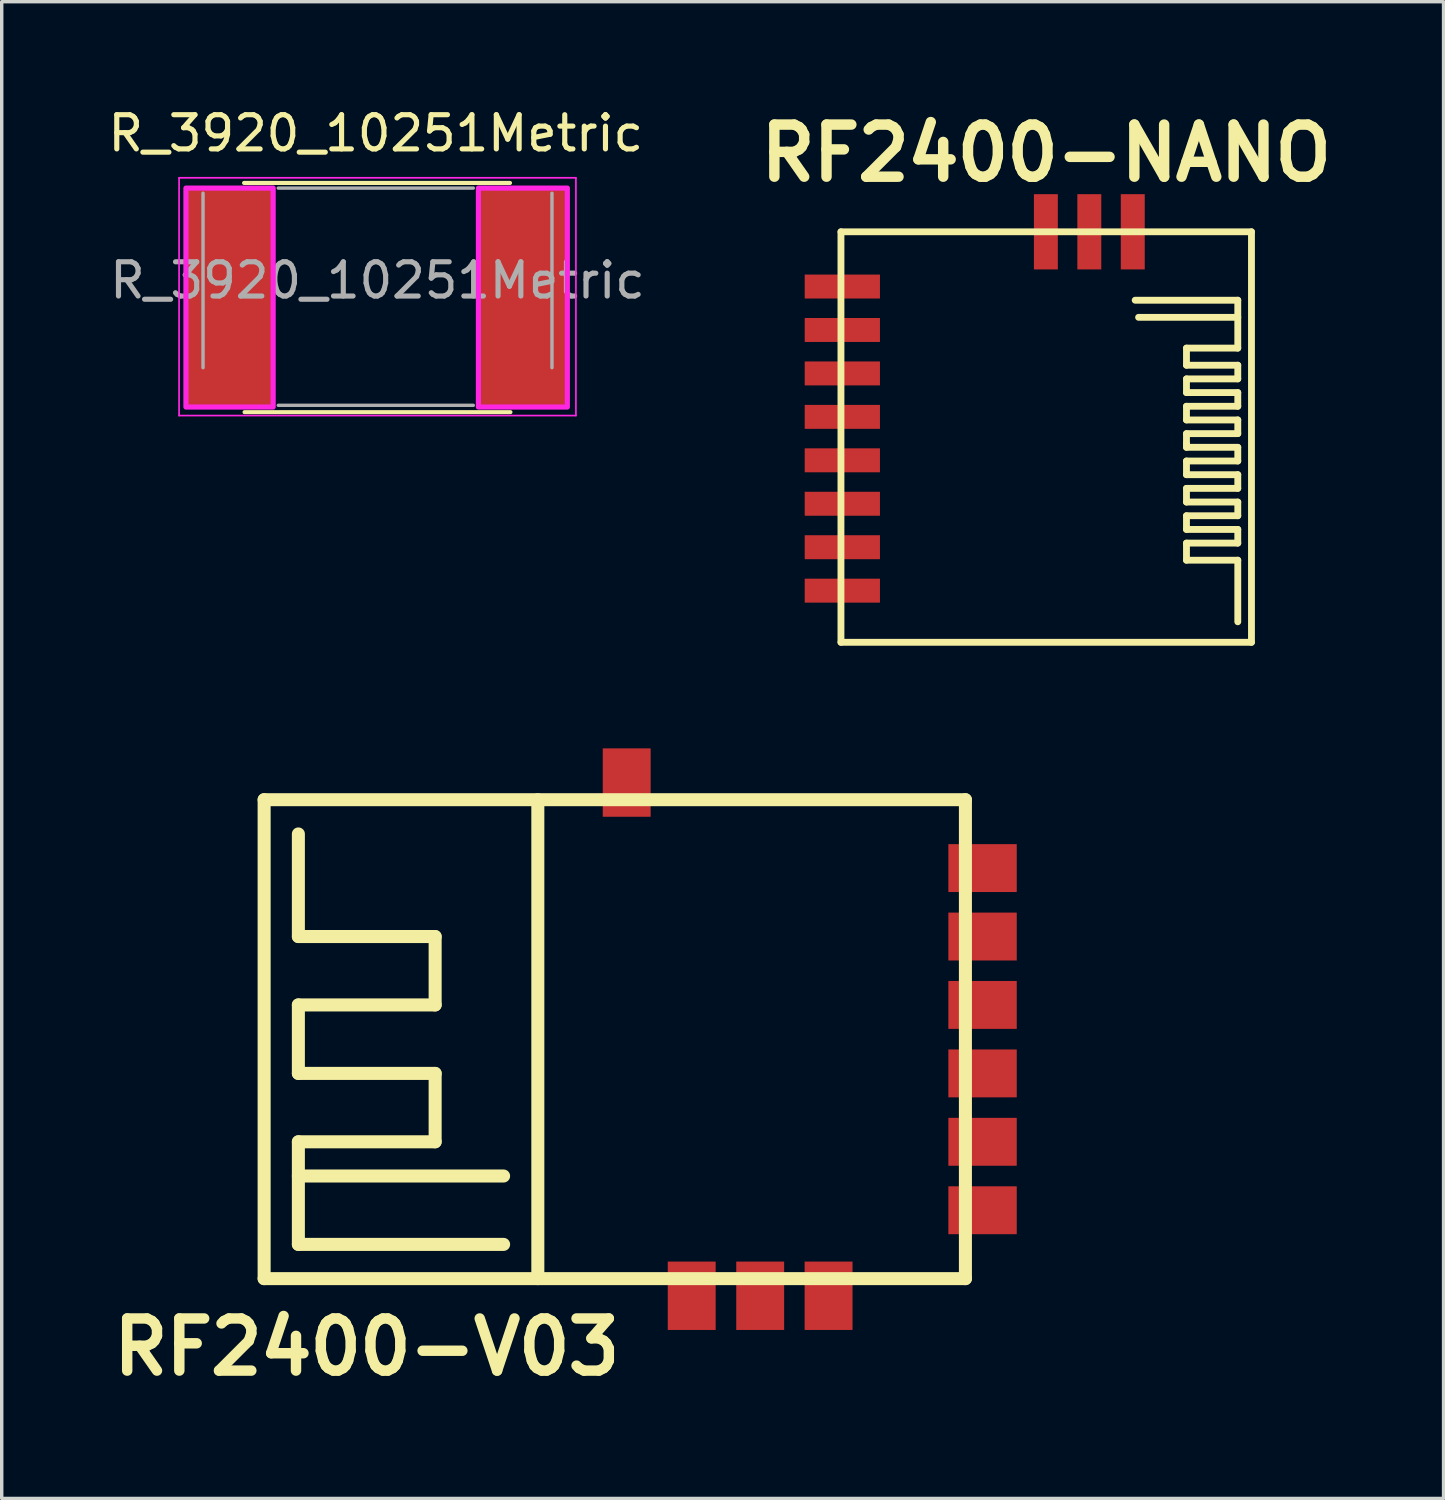
<source format=kicad_pcb>
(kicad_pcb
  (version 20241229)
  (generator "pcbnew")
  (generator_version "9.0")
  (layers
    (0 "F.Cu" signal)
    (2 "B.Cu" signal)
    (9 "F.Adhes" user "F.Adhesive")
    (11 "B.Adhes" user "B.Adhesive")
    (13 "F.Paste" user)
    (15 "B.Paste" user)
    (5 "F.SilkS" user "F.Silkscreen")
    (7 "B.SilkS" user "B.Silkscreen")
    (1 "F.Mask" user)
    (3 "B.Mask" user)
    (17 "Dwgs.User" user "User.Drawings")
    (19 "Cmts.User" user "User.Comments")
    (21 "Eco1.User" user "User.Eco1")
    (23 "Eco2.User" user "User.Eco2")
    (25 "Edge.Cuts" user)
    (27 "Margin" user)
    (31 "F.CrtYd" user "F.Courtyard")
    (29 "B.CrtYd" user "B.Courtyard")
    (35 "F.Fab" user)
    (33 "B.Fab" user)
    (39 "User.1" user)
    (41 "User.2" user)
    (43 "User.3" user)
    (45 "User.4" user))
  (footprint "R_3920_10251Metric"
    (layer "F.Cu")
    (at 7.985 5.148)
    (property "Reference" "R_3920_10251Metric" (at -0.05 -4.3 0) (layer "F.SilkS") (effects (font (size 1 1) (thickness 0.15))))
    (attr smd)
    (fp_poly (pts (xy -5.55 2.4) (xy -5.55 3.65) (xy -3.1 3.65) (xy -3.1 -2.65) (xy -5.55 -2.65)) (stroke (width 0.15) (type solid)) (fill yes) (layer "F.Cu"))
    (fp_poly (pts (xy 3 2.4) (xy 3 3.65) (xy 5.5 3.65) (xy 5.5 -2.65) (xy 3 -2.65)) (stroke (width 0.15) (type solid)) (fill yes) (layer "F.Cu"))
    (fp_poly (pts (xy -5.6 -2.7) (xy -5.6 3.7) (xy -3.05 3.7) (xy -3.05 -2.7)) (stroke (width 0.15) (type solid)) (fill yes) (layer "F.Mask"))
    (fp_poly (pts (xy 2.95 -2.7) (xy 2.95 3.7) (xy 5.55 3.7) (xy 5.55 -2.7)) (stroke (width 0.15) (type solid)) (fill yes) (layer "F.Mask"))
    (fp_line (start -3.9 -2.85) (end 3.873 -2.85) (stroke (width 0.12) (type solid)) (layer "F.SilkS"))
    (fp_line (start -3.886 3.85) (end 3.886 3.85) (stroke (width 0.12) (type solid)) (layer "F.SilkS"))
    (fp_line (start -5.8 -3) (end 5.8 -3) (stroke (width 0.05) (type solid)) (layer "F.CrtYd"))
    (fp_line (start -5.8 3.95) (end -5.8 -3) (stroke (width 0.05) (type solid)) (layer "F.CrtYd"))
    (fp_line (start 5.8 -3) (end 5.8 3.95) (stroke (width 0.05) (type solid)) (layer "F.CrtYd"))
    (fp_line (start 5.8 3.95) (end -5.8 3.95) (stroke (width 0.05) (type solid)) (layer "F.CrtYd"))
    (fp_poly (pts (xy -5.6 -2.7) (xy -5.6 3.7) (xy -3.05 3.7) (xy -3.05 -2.7)) (stroke (width 0.15) (type solid)) (fill no) (layer "F.CrtYd"))
    (fp_poly (pts (xy 2.95 -2.7) (xy 2.95 3.7) (xy 5.55 3.7) (xy 5.55 -2.7)) (stroke (width 0.15) (type solid)) (fill no) (layer "F.CrtYd"))
    (fp_line (start -5.1 2.55) (end -5.1 -2.55) (stroke (width 0.1) (type solid)) (layer "F.Fab"))
    (fp_line (start -2.9 -2.7) (end 2.8 -2.7) (stroke (width 0.1) (type solid)) (layer "F.Fab"))
    (fp_line (start 2.8 3.65) (end -2.9 3.65) (stroke (width 0.1) (type solid)) (layer "F.Fab"))
    (fp_line (start 5.1 -2.55) (end 5.1 2.55) (stroke (width 0.1) (type solid)) (layer "F.Fab"))
    (fp_text user "${REFERENCE}" (at 0 0 0) (layer "F.Fab") (effects (font (size 1 1) (thickness 0.15))))
    (pad "1" smd roundrect (at -4.75 0.4) (size 1.475 5.3) (layers "F.Cu" "F.Mask" "F.Paste") (roundrect_rratio 0.169))
    (pad "2" smd roundrect (at 4.8 0.35) (size 1.475 5.3) (layers "F.Cu" "F.Mask" "F.Paste") (roundrect_rratio 0.169)))
  (footprint "RF2400-V03"
    (layer "F.Cu")
    (at 14.671 27.327)
    (property "Reference" "RF2400-V03" (at -7 8.999 0) (layer "F.SilkS") (effects (font (size 1.524 1.524) (thickness 0.305))))
    (attr through_hole)
    (fp_line (start -10 -7) (end -10 7) (stroke (width 0.381) (type solid)) (layer "F.SilkS"))
    (fp_line (start -10 7) (end 10.5 7) (stroke (width 0.381) (type solid)) (layer "F.SilkS"))
    (fp_line (start -8.999 -3) (end -8.999 -5.999) (stroke (width 0.381) (type solid)) (layer "F.SilkS"))
    (fp_line (start -8.999 -1.001) (end -5.001 -1.001) (stroke (width 0.381) (type solid)) (layer "F.SilkS"))
    (fp_line (start -8.999 1.001) (end -8.999 -1.001) (stroke (width 0.381) (type solid)) (layer "F.SilkS"))
    (fp_line (start -8.999 3) (end -5.001 3) (stroke (width 0.381) (type solid)) (layer "F.SilkS"))
    (fp_line (start -8.999 4) (end -3 4) (stroke (width 0.381) (type solid)) (layer "F.SilkS"))
    (fp_line (start -8.999 5.999) (end -8.999 3) (stroke (width 0.381) (type solid)) (layer "F.SilkS"))
    (fp_line (start -5.001 -3) (end -8.999 -3) (stroke (width 0.381) (type solid)) (layer "F.SilkS"))
    (fp_line (start -5.001 -1.001) (end -5.001 -3) (stroke (width 0.381) (type solid)) (layer "F.SilkS"))
    (fp_line (start -5.001 1.001) (end -8.999 1.001) (stroke (width 0.381) (type solid)) (layer "F.SilkS"))
    (fp_line (start -5.001 3) (end -5.001 1.001) (stroke (width 0.381) (type solid)) (layer "F.SilkS"))
    (fp_line (start -3 5.999) (end -8.999 5.999) (stroke (width 0.381) (type solid)) (layer "F.SilkS"))
    (fp_line (start -1.999 7) (end -1.999 -7) (stroke (width 0.381) (type solid)) (layer "F.SilkS"))
    (fp_line (start 10.5 -7) (end -10 -7) (stroke (width 0.381) (type solid)) (layer "F.SilkS"))
    (fp_line (start 10.5 7) (end 10.5 -7) (stroke (width 0.381) (type solid)) (layer "F.SilkS"))
    (pad "1" smd rect (at 11.001 -5.001 90) (size 1.4 1.999) (layers "F.Cu" "F.Mask" "F.Paste"))
    (pad "2" smd rect (at 11.001 -3 90) (size 1.4 1.999) (layers "F.Cu" "F.Mask" "F.Paste"))
    (pad "3" smd rect (at 11.001 -1.001 90) (size 1.4 1.999) (layers "F.Cu" "F.Mask" "F.Paste"))
    (pad "4" smd rect (at 11.001 1.001 90) (size 1.4 1.999) (layers "F.Cu" "F.Mask" "F.Paste"))
    (pad "5" smd rect (at 11.001 3 90) (size 1.4 1.999) (layers "F.Cu" "F.Mask" "F.Paste"))
    (pad "6" smd rect (at 11.001 5.001 90) (size 1.4 1.999) (layers "F.Cu" "F.Mask" "F.Paste"))
    (pad "7" smd rect (at 6.5 7.501) (size 1.4 1.999) (layers "F.Cu" "F.Mask" "F.Paste"))
    (pad "8" smd rect (at 4.501 7.501) (size 1.4 1.999) (layers "F.Cu" "F.Mask" "F.Paste"))
    (pad "9" smd rect (at 2.499 7.501) (size 1.4 1.999) (layers "F.Cu" "F.Mask" "F.Paste"))
    (pad "10" smd rect (at 0.599 -7.501) (size 1.4 1.999) (layers "F.Cu" "F.Mask" "F.Paste")))
  (footprint "RF2400-NANO"
    (layer "F.Cu")
    (at 27.533 9.726)
    (property "Reference" "RF2400-NANO" (at 0 -8.3 0) (layer "F.SilkS") (effects (font (size 1.524 1.524) (thickness 0.305))))
    (attr through_hole)
    (fp_line (start -6 -6) (end 6 -6) (stroke (width 0.2) (type solid)) (layer "F.SilkS"))
    (fp_line (start -6 6) (end -6 -6) (stroke (width 0.2) (type solid)) (layer "F.SilkS"))
    (fp_line (start 2.6 -4) (end 5.6 -4) (stroke (width 0.2) (type solid)) (layer "F.SilkS"))
    (fp_line (start 4.1 -2.6) (end 4.1 -2.1) (stroke (width 0.2) (type solid)) (layer "F.SilkS"))
    (fp_line (start 4.1 -2.1) (end 5.6 -2.1) (stroke (width 0.2) (type solid)) (layer "F.SilkS"))
    (fp_line (start 4.1 -1.7) (end 4.1 -1.3) (stroke (width 0.2) (type solid)) (layer "F.SilkS"))
    (fp_line (start 4.1 -1.3) (end 5.6 -1.3) (stroke (width 0.2) (type solid)) (layer "F.SilkS"))
    (fp_line (start 4.1 -0.9) (end 4.1 -0.5) (stroke (width 0.2) (type solid)) (layer "F.SilkS"))
    (fp_line (start 4.1 -0.5) (end 5.6 -0.5) (stroke (width 0.2) (type solid)) (layer "F.SilkS"))
    (fp_line (start 4.1 -0.1) (end 4.1 0.2) (stroke (width 0.2) (type solid)) (layer "F.SilkS"))
    (fp_line (start 4.1 0.2) (end 4.1 0.3) (stroke (width 0.2) (type solid)) (layer "F.SilkS"))
    (fp_line (start 4.1 0.3) (end 5.6 0.3) (stroke (width 0.2) (type solid)) (layer "F.SilkS"))
    (fp_line (start 4.1 0.7) (end 4.1 1.1) (stroke (width 0.2) (type solid)) (layer "F.SilkS"))
    (fp_line (start 4.1 1.1) (end 5.6 1.1) (stroke (width 0.2) (type solid)) (layer "F.SilkS"))
    (fp_line (start 4.1 1.5) (end 4.1 1.9) (stroke (width 0.2) (type solid)) (layer "F.SilkS"))
    (fp_line (start 4.1 1.9) (end 5.6 1.9) (stroke (width 0.2) (type solid)) (layer "F.SilkS"))
    (fp_line (start 4.1 2.3) (end 4.1 2.7) (stroke (width 0.2) (type solid)) (layer "F.SilkS"))
    (fp_line (start 4.1 2.7) (end 5.6 2.7) (stroke (width 0.2) (type solid)) (layer "F.SilkS"))
    (fp_line (start 4.1 3.1) (end 4.1 3.6) (stroke (width 0.2) (type solid)) (layer "F.SilkS"))
    (fp_line (start 4.1 3.6) (end 5.6 3.6) (stroke (width 0.2) (type solid)) (layer "F.SilkS"))
    (fp_line (start 5.6 -4) (end 5.6 -2.6) (stroke (width 0.2) (type solid)) (layer "F.SilkS"))
    (fp_line (start 5.6 -3.5) (end 2.7 -3.5) (stroke (width 0.2) (type solid)) (layer "F.SilkS"))
    (fp_line (start 5.6 -2.6) (end 4.1 -2.6) (stroke (width 0.2) (type solid)) (layer "F.SilkS"))
    (fp_line (start 5.6 -2.1) (end 5.6 -1.7) (stroke (width 0.2) (type solid)) (layer "F.SilkS"))
    (fp_line (start 5.6 -1.7) (end 4.1 -1.7) (stroke (width 0.2) (type solid)) (layer "F.SilkS"))
    (fp_line (start 5.6 -1.3) (end 5.6 -0.9) (stroke (width 0.2) (type solid)) (layer "F.SilkS"))
    (fp_line (start 5.6 -0.9) (end 4.1 -0.9) (stroke (width 0.2) (type solid)) (layer "F.SilkS"))
    (fp_line (start 5.6 -0.5) (end 5.6 -0.1) (stroke (width 0.2) (type solid)) (layer "F.SilkS"))
    (fp_line (start 5.6 -0.1) (end 4.1 -0.1) (stroke (width 0.2) (type solid)) (layer "F.SilkS"))
    (fp_line (start 5.6 0.3) (end 5.6 0.7) (stroke (width 0.2) (type solid)) (layer "F.SilkS"))
    (fp_line (start 5.6 0.7) (end 4.1 0.7) (stroke (width 0.2) (type solid)) (layer "F.SilkS"))
    (fp_line (start 5.6 1.1) (end 5.6 1.5) (stroke (width 0.2) (type solid)) (layer "F.SilkS"))
    (fp_line (start 5.6 1.5) (end 4.1 1.5) (stroke (width 0.2) (type solid)) (layer "F.SilkS"))
    (fp_line (start 5.6 1.9) (end 5.6 2.3) (stroke (width 0.2) (type solid)) (layer "F.SilkS"))
    (fp_line (start 5.6 2.3) (end 4.1 2.3) (stroke (width 0.2) (type solid)) (layer "F.SilkS"))
    (fp_line (start 5.6 2.7) (end 5.6 3.1) (stroke (width 0.2) (type solid)) (layer "F.SilkS"))
    (fp_line (start 5.6 3.1) (end 4.1 3.1) (stroke (width 0.2) (type solid)) (layer "F.SilkS"))
    (fp_line (start 5.6 3.6) (end 5.6 5.4) (stroke (width 0.2) (type solid)) (layer "F.SilkS"))
    (fp_line (start 6 -6) (end 6 6) (stroke (width 0.2) (type solid)) (layer "F.SilkS"))
    (fp_line (start 6 6) (end -6 6) (stroke (width 0.2) (type solid)) (layer "F.SilkS"))
    (pad "1" smd rect (at -5.96 -4.4) (size 2.2 0.7) (layers "F.Cu" "F.Mask" "F.Paste"))
    (pad "2" smd rect (at -5.96 -3.13) (size 2.2 0.7) (layers "F.Cu" "F.Mask" "F.Paste"))
    (pad "3" smd rect (at -5.96 -1.86) (size 2.2 0.7) (layers "F.Cu" "F.Mask" "F.Paste"))
    (pad "4" smd rect (at -5.96 -0.59) (size 2.2 0.7) (layers "F.Cu" "F.Mask" "F.Paste"))
    (pad "5" smd rect (at -5.96 0.68) (size 2.2 0.7) (layers "F.Cu" "F.Mask" "F.Paste"))
    (pad "6" smd rect (at -5.96 1.95) (size 2.2 0.7) (layers "F.Cu" "F.Mask" "F.Paste"))
    (pad "7" smd rect (at -5.96 3.22) (size 2.2 0.7) (layers "F.Cu" "F.Mask" "F.Paste"))
    (pad "8" smd rect (at -5.96 4.49) (size 2.2 0.7) (layers "F.Cu" "F.Mask" "F.Paste"))
    (pad "9" smd rect (at 2.53 -6 90) (size 2.2 0.7) (layers "F.Cu" "F.Mask" "F.Paste"))
    (pad "10" smd rect (at 1.26 -6 90) (size 2.2 0.7) (layers "F.Cu" "F.Mask" "F.Paste"))
    (pad "11" smd rect (at -0.01 -6 90) (size 2.2 0.7) (layers "F.Cu" "F.Mask" "F.Paste")))
  (gr_rect
    (start -3 -3)
    (end 39.148 40.752)
    (stroke (width 0.1) (type default))
    (fill no)
    (layer "Edge.Cuts")))
</source>
